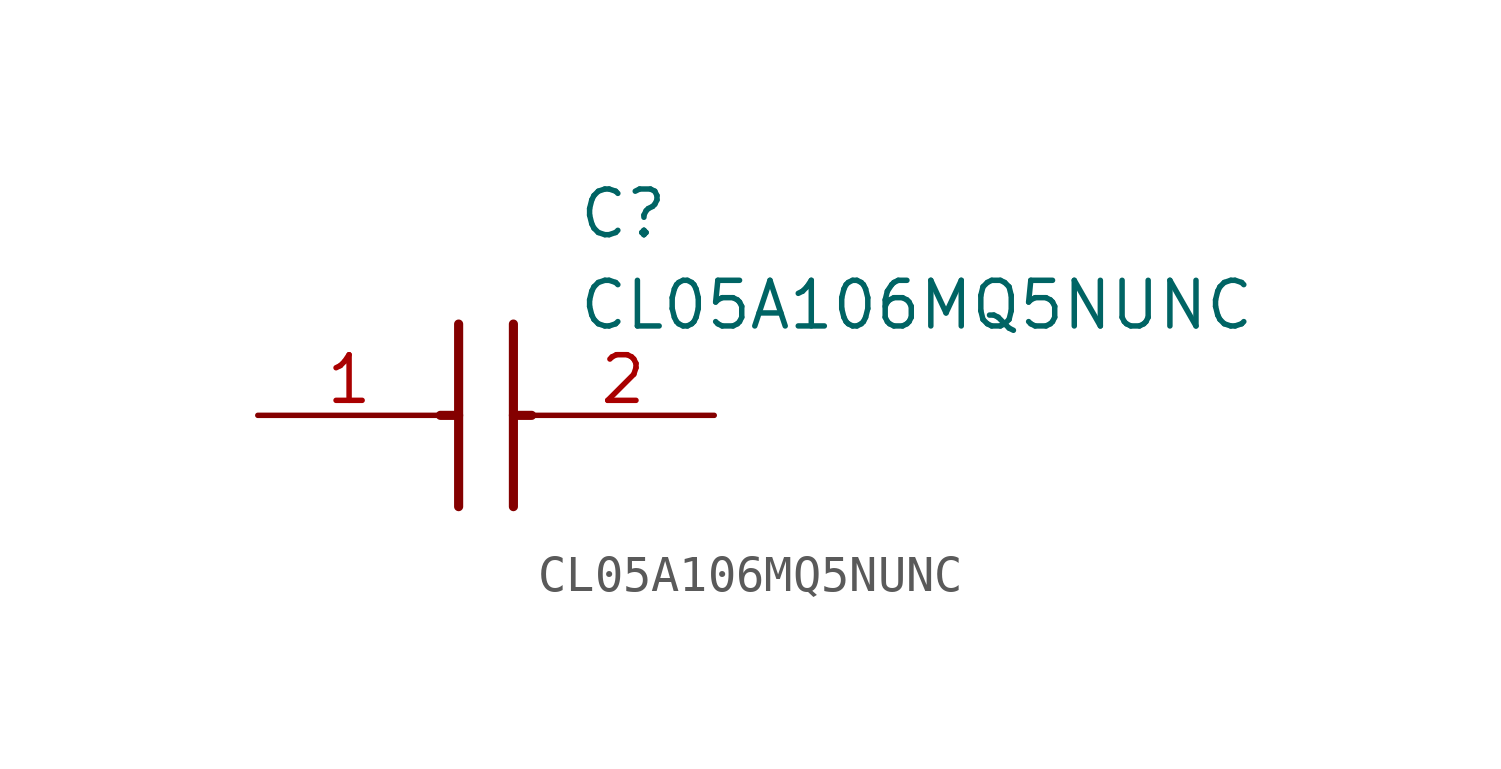
<source format=kicad_sym>
(kicad_symbol_lib
  (version 20211014)
  (generator SamacSys_ECAD_Model)
  (symbol "CL05A106MQ5NUNC"
    (pin_names hide)
    (property "Reference" "C"
      (at 8.89 6.35 0)
      (effects (font (size 1.27 1.27)) (justify left top)))
    (property "Value" "CL05A106MQ5NUNC"
      (at 8.89 3.81 0)
      (effects (font (size 1.27 1.27)) (justify left top)))
    (polyline
      (pts (xy 5.588 2.54) (xy 5.588 -2.54))
      (stroke (width 0.254) (type default))
      (fill (type none)))
    (polyline
      (pts (xy 7.112 2.54) (xy 7.112 -2.54))
      (stroke (width 0.254) (type default))
      (fill (type none)))
    (polyline
      (pts (xy 5.08 0) (xy 5.588 0))
      (stroke (width 0.254) (type default))
      (fill (type none)))
    (polyline
      (pts (xy 7.112 0) (xy 7.62 0))
      (stroke (width 0.254) (type default))
      (fill (type none)))
    (pin passive line
      (at 0 0 0)
      (length 5.08)
      (name "1" (effects (font (size 1.27 1.27))))
      (number "1" (effects (font (size 1.27 1.27)))))
    (pin passive line
      (at 12.7 0 180)
      (length 5.08)
      (name "2" (effects (font (size 1.27 1.27))))
      (number "2" (effects (font (size 1.27 1.27)))))))
</source>
